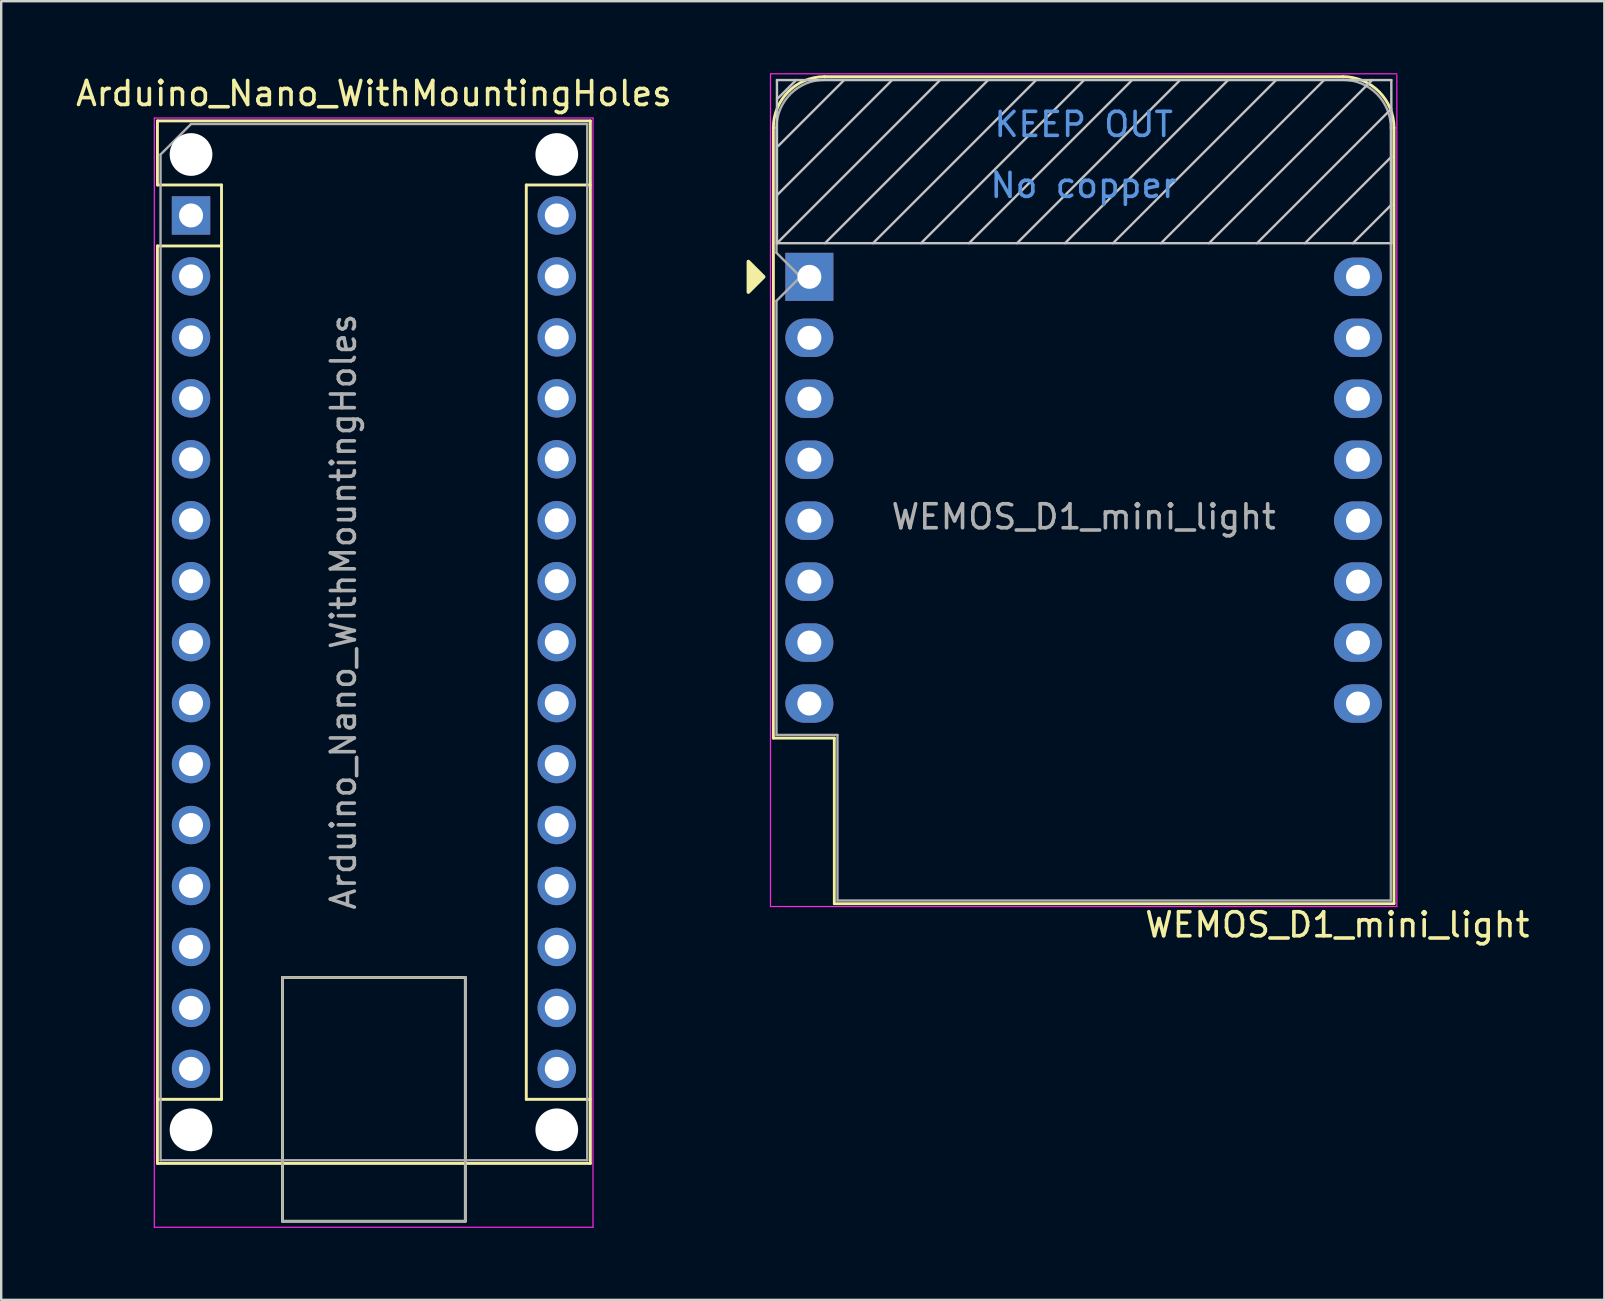
<source format=kicad_pcb>
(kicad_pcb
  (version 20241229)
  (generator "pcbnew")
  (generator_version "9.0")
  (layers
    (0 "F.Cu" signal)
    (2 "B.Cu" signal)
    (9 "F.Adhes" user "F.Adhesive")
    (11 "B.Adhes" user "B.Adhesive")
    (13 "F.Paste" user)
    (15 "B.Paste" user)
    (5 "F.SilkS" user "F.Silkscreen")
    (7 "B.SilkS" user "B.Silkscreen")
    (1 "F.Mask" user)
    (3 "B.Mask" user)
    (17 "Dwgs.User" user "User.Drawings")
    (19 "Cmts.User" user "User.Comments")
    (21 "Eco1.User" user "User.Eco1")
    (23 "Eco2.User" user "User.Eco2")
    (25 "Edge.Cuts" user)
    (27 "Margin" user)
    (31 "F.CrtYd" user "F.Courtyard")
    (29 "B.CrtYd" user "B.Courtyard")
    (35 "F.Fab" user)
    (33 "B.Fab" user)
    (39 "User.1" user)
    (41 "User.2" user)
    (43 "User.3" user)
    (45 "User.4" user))
  (footprint "Arduino_Nano_WithMountingHoles"
    (layer "F.Cu")
    (at 4.91 5.928)
    (property "Reference" "Arduino_Nano_WithMountingHoles" (at 7.62 -5.08 0) (layer "F.SilkS") (effects (font (size 1 1) (thickness 0.15))))
    (attr through_hole)
    (fp_line (start -1.4 -3.94) (end -1.4 -1.27) (stroke (width 0.12) (type solid)) (layer "F.SilkS"))
    (fp_line (start -1.4 1.27) (end -1.4 39.5) (stroke (width 0.12) (type solid)) (layer "F.SilkS"))
    (fp_line (start -1.4 39.5) (end 16.64 39.5) (stroke (width 0.12) (type solid)) (layer "F.SilkS"))
    (fp_line (start 1.27 -1.27) (end -1.4 -1.27) (stroke (width 0.12) (type solid)) (layer "F.SilkS"))
    (fp_line (start 1.27 1.27) (end -1.4 1.27) (stroke (width 0.12) (type solid)) (layer "F.SilkS"))
    (fp_line (start 1.27 1.27) (end 1.27 -1.27) (stroke (width 0.12) (type solid)) (layer "F.SilkS"))
    (fp_line (start 1.27 1.27) (end 1.27 36.83) (stroke (width 0.12) (type solid)) (layer "F.SilkS"))
    (fp_line (start 1.27 36.83) (end -1.4 36.83) (stroke (width 0.12) (type solid)) (layer "F.SilkS"))
    (fp_line (start 3.81 31.75) (end 11.43 31.75) (stroke (width 0.12) (type solid)) (layer "F.SilkS"))
    (fp_line (start 3.81 41.91) (end 3.81 31.75) (stroke (width 0.12) (type solid)) (layer "F.SilkS"))
    (fp_line (start 11.43 31.75) (end 11.43 41.91) (stroke (width 0.12) (type solid)) (layer "F.SilkS"))
    (fp_line (start 11.43 41.91) (end 3.81 41.91) (stroke (width 0.12) (type solid)) (layer "F.SilkS"))
    (fp_line (start 13.97 -1.27) (end 13.97 36.83) (stroke (width 0.12) (type solid)) (layer "F.SilkS"))
    (fp_line (start 13.97 -1.27) (end 16.64 -1.27) (stroke (width 0.12) (type solid)) (layer "F.SilkS"))
    (fp_line (start 13.97 36.83) (end 16.64 36.83) (stroke (width 0.12) (type solid)) (layer "F.SilkS"))
    (fp_line (start 16.64 -3.94) (end -1.4 -3.94) (stroke (width 0.12) (type solid)) (layer "F.SilkS"))
    (fp_line (start 16.64 39.5) (end 16.64 -3.94) (stroke (width 0.12) (type solid)) (layer "F.SilkS"))
    (fp_line (start -1.53 -4.06) (end -1.53 42.16) (stroke (width 0.05) (type solid)) (layer "F.CrtYd"))
    (fp_line (start -1.53 -4.06) (end 16.75 -4.06) (stroke (width 0.05) (type solid)) (layer "F.CrtYd"))
    (fp_line (start 16.75 42.16) (end -1.53 42.16) (stroke (width 0.05) (type solid)) (layer "F.CrtYd"))
    (fp_line (start 16.75 42.16) (end 16.75 -4.06) (stroke (width 0.05) (type solid)) (layer "F.CrtYd"))
    (fp_line (start -1.27 -2.54) (end 0 -3.81) (stroke (width 0.1) (type solid)) (layer "F.Fab"))
    (fp_line (start -1.27 39.37) (end -1.27 -2.54) (stroke (width 0.1) (type solid)) (layer "F.Fab"))
    (fp_line (start 0 -3.81) (end 16.51 -3.81) (stroke (width 0.1) (type solid)) (layer "F.Fab"))
    (fp_line (start 3.81 31.75) (end 11.43 31.75) (stroke (width 0.1) (type solid)) (layer "F.Fab"))
    (fp_line (start 3.81 41.91) (end 3.81 31.75) (stroke (width 0.1) (type solid)) (layer "F.Fab"))
    (fp_line (start 11.43 31.75) (end 11.43 41.91) (stroke (width 0.1) (type solid)) (layer "F.Fab"))
    (fp_line (start 11.43 41.91) (end 3.81 41.91) (stroke (width 0.1) (type solid)) (layer "F.Fab"))
    (fp_line (start 16.51 -3.81) (end 16.51 39.37) (stroke (width 0.1) (type solid)) (layer "F.Fab"))
    (fp_line (start 16.51 39.37) (end -1.27 39.37) (stroke (width 0.1) (type solid)) (layer "F.Fab"))
    (fp_text user "${REFERENCE}" (at 6.35 16.51 90) (layer "F.Fab") (effects (font (size 1 1) (thickness 0.15))))
    (pad "" np_thru_hole circle (at 0 -2.54) (size 1.78 1.78) (drill 1.78) (layers "*.Cu" "*.Mask"))
    (pad "" np_thru_hole circle (at 0 38.1) (size 1.78 1.78) (drill 1.78) (layers "*.Cu" "*.Mask"))
    (pad "" np_thru_hole circle (at 15.24 -2.54) (size 1.78 1.78) (drill 1.78) (layers "*.Cu" "*.Mask"))
    (pad "" np_thru_hole circle (at 15.24 38.1) (size 1.78 1.78) (drill 1.78) (layers "*.Cu" "*.Mask"))
    (pad "1" thru_hole rect (at 0 0) (size 1.6 1.6) (drill 1) (layers "*.Cu" "*.Mask"))
    (pad "2" thru_hole oval (at 0 2.54) (size 1.6 1.6) (drill 1) (layers "*.Cu" "*.Mask"))
    (pad "3" thru_hole oval (at 0 5.08) (size 1.6 1.6) (drill 1) (layers "*.Cu" "*.Mask"))
    (pad "4" thru_hole oval (at 0 7.62) (size 1.6 1.6) (drill 1) (layers "*.Cu" "*.Mask"))
    (pad "5" thru_hole oval (at 0 10.16) (size 1.6 1.6) (drill 1) (layers "*.Cu" "*.Mask"))
    (pad "6" thru_hole oval (at 0 12.7) (size 1.6 1.6) (drill 1) (layers "*.Cu" "*.Mask"))
    (pad "7" thru_hole oval (at 0 15.24) (size 1.6 1.6) (drill 1) (layers "*.Cu" "*.Mask"))
    (pad "8" thru_hole oval (at 0 17.78) (size 1.6 1.6) (drill 1) (layers "*.Cu" "*.Mask"))
    (pad "9" thru_hole oval (at 0 20.32) (size 1.6 1.6) (drill 1) (layers "*.Cu" "*.Mask"))
    (pad "10" thru_hole oval (at 0 22.86) (size 1.6 1.6) (drill 1) (layers "*.Cu" "*.Mask"))
    (pad "11" thru_hole oval (at 0 25.4) (size 1.6 1.6) (drill 1) (layers "*.Cu" "*.Mask"))
    (pad "12" thru_hole oval (at 0 27.94) (size 1.6 1.6) (drill 1) (layers "*.Cu" "*.Mask"))
    (pad "13" thru_hole oval (at 0 30.48) (size 1.6 1.6) (drill 1) (layers "*.Cu" "*.Mask"))
    (pad "14" thru_hole oval (at 0 33.02) (size 1.6 1.6) (drill 1) (layers "*.Cu" "*.Mask"))
    (pad "15" thru_hole oval (at 0 35.56) (size 1.6 1.6) (drill 1) (layers "*.Cu" "*.Mask"))
    (pad "16" thru_hole oval (at 15.24 35.56) (size 1.6 1.6) (drill 1) (layers "*.Cu" "*.Mask"))
    (pad "17" thru_hole oval (at 15.24 33.02) (size 1.6 1.6) (drill 1) (layers "*.Cu" "*.Mask"))
    (pad "18" thru_hole oval (at 15.24 30.48) (size 1.6 1.6) (drill 1) (layers "*.Cu" "*.Mask"))
    (pad "19" thru_hole oval (at 15.24 27.94) (size 1.6 1.6) (drill 1) (layers "*.Cu" "*.Mask"))
    (pad "20" thru_hole oval (at 15.24 25.4) (size 1.6 1.6) (drill 1) (layers "*.Cu" "*.Mask"))
    (pad "21" thru_hole oval (at 15.24 22.86) (size 1.6 1.6) (drill 1) (layers "*.Cu" "*.Mask"))
    (pad "22" thru_hole oval (at 15.24 20.32) (size 1.6 1.6) (drill 1) (layers "*.Cu" "*.Mask"))
    (pad "23" thru_hole oval (at 15.24 17.78) (size 1.6 1.6) (drill 1) (layers "*.Cu" "*.Mask"))
    (pad "24" thru_hole oval (at 15.24 15.24) (size 1.6 1.6) (drill 1) (layers "*.Cu" "*.Mask"))
    (pad "25" thru_hole oval (at 15.24 12.7) (size 1.6 1.6) (drill 1) (layers "*.Cu" "*.Mask"))
    (pad "26" thru_hole oval (at 15.24 10.16) (size 1.6 1.6) (drill 1) (layers "*.Cu" "*.Mask"))
    (pad "27" thru_hole oval (at 15.24 7.62) (size 1.6 1.6) (drill 1) (layers "*.Cu" "*.Mask"))
    (pad "28" thru_hole oval (at 15.24 5.08) (size 1.6 1.6) (drill 1) (layers "*.Cu" "*.Mask"))
    (pad "29" thru_hole oval (at 15.24 2.54) (size 1.6 1.6) (drill 1) (layers "*.Cu" "*.Mask"))
    (pad "30" thru_hole oval (at 15.24 0) (size 1.6 1.6) (drill 1) (layers "*.Cu" "*.Mask")))
  (footprint "WEMOS_D1_mini_light"
    (layer "F.Cu")
    (at 30.675 8.485)
    (property "Reference" "WEMOS_D1_mini_light" (at 22 27 0) (layer "F.SilkS") (effects (font (size 1 1) (thickness 0.15))))
    (attr through_hole)
    (fp_line (start -1.5 19.22) (end -1.5 -6.21) (stroke (width 0.12) (type solid)) (layer "F.SilkS"))
    (fp_line (start -1.5 19.22) (end 1.04 19.22) (stroke (width 0.12) (type solid)) (layer "F.SilkS"))
    (fp_line (start 1.04 19.22) (end 1.04 26.12) (stroke (width 0.12) (type solid)) (layer "F.SilkS"))
    (fp_line (start 1.04 26.12) (end 24.36 26.12) (stroke (width 0.12) (type solid)) (layer "F.SilkS"))
    (fp_line (start 22.24 -8.34) (end 0.63 -8.34) (stroke (width 0.12) (type solid)) (layer "F.SilkS"))
    (fp_line (start 24.36 26.12) (end 24.36 -6.21) (stroke (width 0.12) (type solid)) (layer "F.SilkS"))
    (fp_arc (start -1.5 -6.21) (mid -0.876137 -7.716137) (end 0.63 -8.34) (stroke (width 0.12) (type solid)) (layer "F.SilkS"))
    (fp_arc (start 22.23 -8.34) (mid 23.736137 -7.716137) (end 24.36 -6.21) (stroke (width 0.12) (type solid)) (layer "F.SilkS"))
    (fp_poly (pts (xy -2.54 -0.635) (xy -2.54 0.635) (xy -1.905 0)) (stroke (width 0.15) (type solid)) (fill yes) (layer "F.SilkS"))
    (fp_line (start -1.35 -8.2) (end -1.35 -1.4) (stroke (width 0.1) (type solid)) (layer "Dwgs.User"))
    (fp_line (start -1.35 -7.4) (end -0.55 -8.2) (stroke (width 0.1) (type solid)) (layer "Dwgs.User"))
    (fp_line (start -1.35 -3.4) (end 3.45 -8.2) (stroke (width 0.1) (type solid)) (layer "Dwgs.User"))
    (fp_line (start -1.35 -1.4) (end 5.45 -8.2) (stroke (width 0.1) (type solid)) (layer "Dwgs.User"))
    (fp_line (start -1.35 -1.4) (end 24.25 -1.4) (stroke (width 0.1) (type solid)) (layer "Dwgs.User"))
    (fp_line (start -1.3 -5.45) (end 1.45 -8.2) (stroke (width 0.1) (type solid)) (layer "Dwgs.User"))
    (fp_line (start 0.65 -1.4) (end 7.45 -8.2) (stroke (width 0.1) (type solid)) (layer "Dwgs.User"))
    (fp_line (start 2.65 -1.4) (end 9.45 -8.2) (stroke (width 0.1) (type solid)) (layer "Dwgs.User"))
    (fp_line (start 4.65 -1.4) (end 11.45 -8.2) (stroke (width 0.1) (type solid)) (layer "Dwgs.User"))
    (fp_line (start 6.65 -1.4) (end 13.45 -8.2) (stroke (width 0.1) (type solid)) (layer "Dwgs.User"))
    (fp_line (start 8.65 -1.4) (end 15.45 -8.2) (stroke (width 0.1) (type solid)) (layer "Dwgs.User"))
    (fp_line (start 10.65 -1.4) (end 17.45 -8.2) (stroke (width 0.1) (type solid)) (layer "Dwgs.User"))
    (fp_line (start 12.65 -1.4) (end 19.45 -8.2) (stroke (width 0.1) (type solid)) (layer "Dwgs.User"))
    (fp_line (start 14.65 -1.4) (end 21.45 -8.2) (stroke (width 0.1) (type solid)) (layer "Dwgs.User"))
    (fp_line (start 16.65 -1.4) (end 23.45 -8.2) (stroke (width 0.1) (type solid)) (layer "Dwgs.User"))
    (fp_line (start 18.65 -1.4) (end 24.25 -7) (stroke (width 0.1) (type solid)) (layer "Dwgs.User"))
    (fp_line (start 20.65 -1.4) (end 24.25 -5) (stroke (width 0.1) (type solid)) (layer "Dwgs.User"))
    (fp_line (start 22.65 -1.4) (end 24.25 -3) (stroke (width 0.1) (type solid)) (layer "Dwgs.User"))
    (fp_line (start 24.25 -8.2) (end -1.35 -8.2) (stroke (width 0.1) (type solid)) (layer "Dwgs.User"))
    (fp_line (start 24.25 -1.4) (end 24.25 -8.2) (stroke (width 0.1) (type solid)) (layer "Dwgs.User"))
    (fp_line (start -1.62 -8.46) (end 24.48 -8.46) (stroke (width 0.05) (type solid)) (layer "F.CrtYd"))
    (fp_line (start -1.62 26.24) (end -1.62 -8.46) (stroke (width 0.05) (type solid)) (layer "F.CrtYd"))
    (fp_line (start 24.48 -8.41) (end 24.48 26.24) (stroke (width 0.05) (type solid)) (layer "F.CrtYd"))
    (fp_line (start 24.48 26.24) (end -1.62 26.24) (stroke (width 0.05) (type solid)) (layer "F.CrtYd"))
    (fp_line (start -1.37 -6.21) (end -1.37 -1) (stroke (width 0.1) (type solid)) (layer "F.Fab"))
    (fp_line (start -1.37 1) (end -1.37 19.09) (stroke (width 0.1) (type solid)) (layer "F.Fab"))
    (fp_line (start -1.37 1) (end -0.37 0) (stroke (width 0.1) (type solid)) (layer "F.Fab"))
    (fp_line (start -1.37 19.09) (end 1.17 19.09) (stroke (width 0.1) (type solid)) (layer "F.Fab"))
    (fp_line (start -0.37 0) (end -1.37 -1) (stroke (width 0.1) (type solid)) (layer "F.Fab"))
    (fp_line (start 1.17 19.09) (end 1.17 25.99) (stroke (width 0.1) (type solid)) (layer "F.Fab"))
    (fp_line (start 1.17 25.99) (end 24.23 25.99) (stroke (width 0.1) (type solid)) (layer "F.Fab"))
    (fp_line (start 22.23 -8.21) (end 0.63 -8.21) (stroke (width 0.1) (type solid)) (layer "F.Fab"))
    (fp_line (start 24.23 25.99) (end 24.23 -6.21) (stroke (width 0.1) (type solid)) (layer "F.Fab"))
    (fp_arc (start -1.37 -6.21) (mid -0.784214 -7.624214) (end 0.63 -8.21) (stroke (width 0.1) (type solid)) (layer "F.Fab"))
    (fp_arc (start 22.25 -8.21) (mid 23.658356 -7.610071) (end 24.23 -6.19) (stroke (width 0.1) (type solid)) (layer "F.Fab"))
    (fp_text user "No copper" (at 11.43 -3.81 0) (layer "Cmts.User") (effects (font (size 1 1) (thickness 0.15))))
    (fp_text user "KEEP OUT" (at 11.43 -6.35 0) (layer "Cmts.User") (effects (font (size 1 1) (thickness 0.15))))
    (fp_text user "${REFERENCE}" (at 11.43 10 0) (layer "F.Fab") (effects (font (size 1 1) (thickness 0.15))))
    (pad "1" thru_hole rect (at 0 0) (size 2 2) (drill 1) (layers "*.Cu" "*.Mask"))
    (pad "2" thru_hole oval (at 0 2.54) (size 2 1.6) (drill 1) (layers "*.Cu" "*.Mask"))
    (pad "3" thru_hole oval (at 0 5.08) (size 2 1.6) (drill 1) (layers "*.Cu" "*.Mask"))
    (pad "4" thru_hole oval (at 0 7.62) (size 2 1.6) (drill 1) (layers "*.Cu" "*.Mask"))
    (pad "5" thru_hole oval (at 0 10.16) (size 2 1.6) (drill 1) (layers "*.Cu" "*.Mask"))
    (pad "6" thru_hole oval (at 0 12.7) (size 2 1.6) (drill 1) (layers "*.Cu" "*.Mask"))
    (pad "7" thru_hole oval (at 0 15.24) (size 2 1.6) (drill 1) (layers "*.Cu" "*.Mask"))
    (pad "8" thru_hole oval (at 0 17.78) (size 2 1.6) (drill 1) (layers "*.Cu" "*.Mask"))
    (pad "9" thru_hole oval (at 22.86 17.78) (size 2 1.6) (drill 1) (layers "*.Cu" "*.Mask"))
    (pad "10" thru_hole oval (at 22.86 15.24) (size 2 1.6) (drill 1) (layers "*.Cu" "*.Mask"))
    (pad "11" thru_hole oval (at 22.86 12.7) (size 2 1.6) (drill 1) (layers "*.Cu" "*.Mask"))
    (pad "12" thru_hole oval (at 22.86 10.16) (size 2 1.6) (drill 1) (layers "*.Cu" "*.Mask"))
    (pad "13" thru_hole oval (at 22.86 7.62) (size 2 1.6) (drill 1) (layers "*.Cu" "*.Mask"))
    (pad "14" thru_hole oval (at 22.86 5.08) (size 2 1.6) (drill 1) (layers "*.Cu" "*.Mask"))
    (pad "15" thru_hole oval (at 22.86 2.54) (size 2 1.6) (drill 1) (layers "*.Cu" "*.Mask"))
    (pad "16" thru_hole oval (at 22.86 0) (size 2 1.6) (drill 1) (layers "*.Cu" "*.Mask")))
  (gr_rect
    (start -3 -3)
    (end 63.8 51.113)
    (stroke (width 0.1) (type default))
    (fill no)
    (layer "Edge.Cuts")))
</source>
